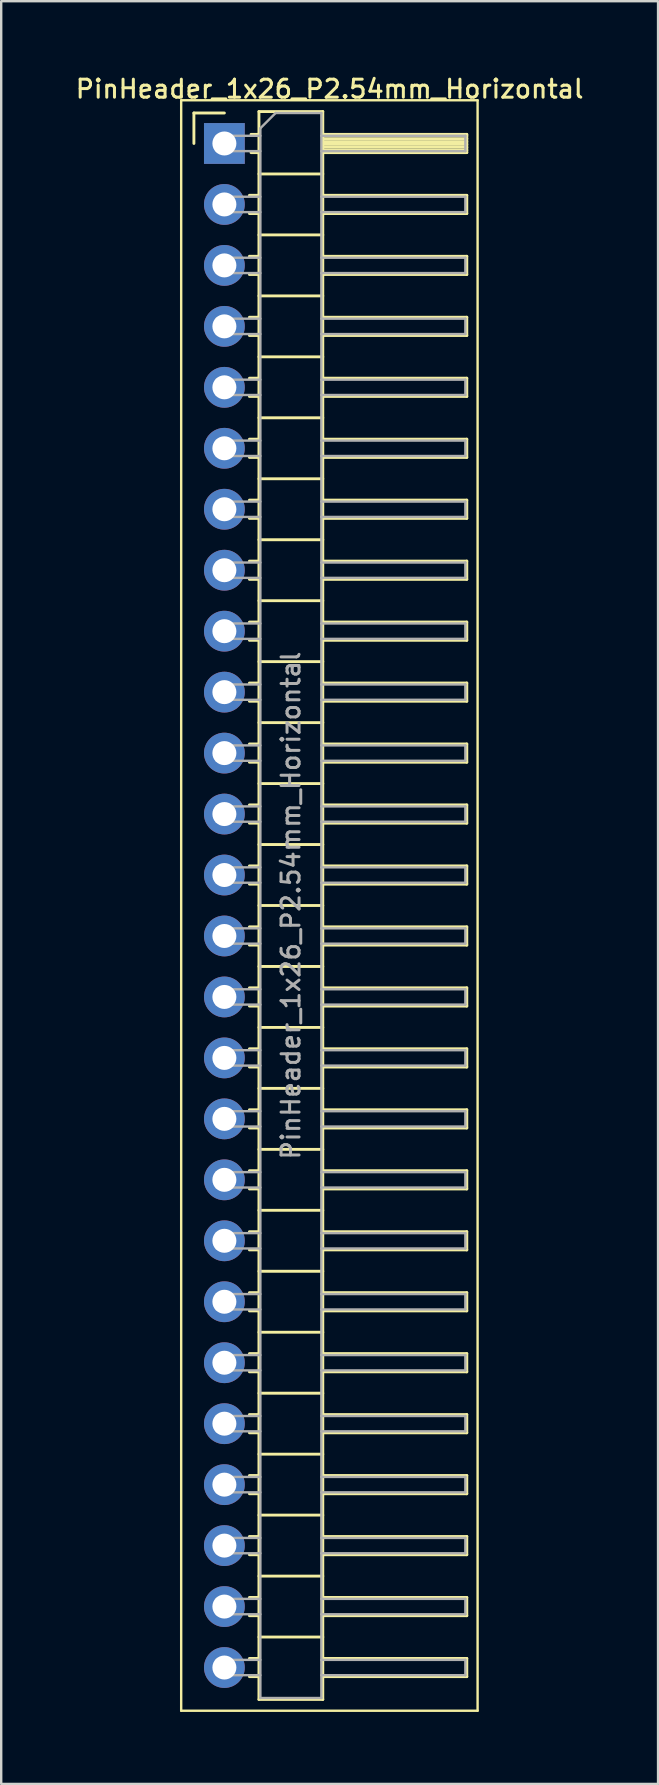
<source format=kicad_pcb>
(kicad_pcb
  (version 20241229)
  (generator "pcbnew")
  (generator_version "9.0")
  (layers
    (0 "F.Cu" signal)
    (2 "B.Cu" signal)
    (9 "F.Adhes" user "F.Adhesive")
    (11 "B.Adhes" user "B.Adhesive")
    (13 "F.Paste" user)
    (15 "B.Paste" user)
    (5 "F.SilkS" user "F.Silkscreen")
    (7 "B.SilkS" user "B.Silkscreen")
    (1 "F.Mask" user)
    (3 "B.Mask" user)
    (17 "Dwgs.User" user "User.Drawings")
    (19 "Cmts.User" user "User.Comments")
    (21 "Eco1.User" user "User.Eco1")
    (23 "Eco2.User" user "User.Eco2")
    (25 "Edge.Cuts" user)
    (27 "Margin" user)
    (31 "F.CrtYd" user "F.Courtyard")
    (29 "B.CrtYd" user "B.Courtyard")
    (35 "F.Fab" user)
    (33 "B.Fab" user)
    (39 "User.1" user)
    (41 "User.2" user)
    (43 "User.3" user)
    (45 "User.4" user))
  (footprint "PinHeader_1x26_P2.54mm_Horizontal"
    (layer "F.Cu")
    (at 6.299 2.928)
    (property "Reference" "PinHeader_1x26_P2.54mm_Horizontal" (at 4.385 -2.27 0) (layer "F.SilkS") (effects (font (size 0.75 0.75) (thickness 0.125))))
    (attr through_hole)
    (fp_line (start -1.8 -1.8) (end -1.8 65.3) (stroke (width 0.1) (type solid)) (layer "F.SilkS"))
    (fp_line (start -1.8 65.3) (end 10.55 65.3) (stroke (width 0.1) (type solid)) (layer "F.SilkS"))
    (fp_line (start -1.27 -1.27) (end 0 -1.27) (stroke (width 0.12) (type solid)) (layer "F.SilkS"))
    (fp_line (start -1.27 0) (end -1.27 -1.27) (stroke (width 0.12) (type solid)) (layer "F.SilkS"))
    (fp_line (start 1.043 2.16) (end 1.44 2.16) (stroke (width 0.12) (type solid)) (layer "F.SilkS"))
    (fp_line (start 1.043 2.92) (end 1.44 2.92) (stroke (width 0.12) (type solid)) (layer "F.SilkS"))
    (fp_line (start 1.043 4.7) (end 1.44 4.7) (stroke (width 0.12) (type solid)) (layer "F.SilkS"))
    (fp_line (start 1.043 5.46) (end 1.44 5.46) (stroke (width 0.12) (type solid)) (layer "F.SilkS"))
    (fp_line (start 1.043 7.24) (end 1.44 7.24) (stroke (width 0.12) (type solid)) (layer "F.SilkS"))
    (fp_line (start 1.043 8) (end 1.44 8) (stroke (width 0.12) (type solid)) (layer "F.SilkS"))
    (fp_line (start 1.043 9.78) (end 1.44 9.78) (stroke (width 0.12) (type solid)) (layer "F.SilkS"))
    (fp_line (start 1.043 10.54) (end 1.44 10.54) (stroke (width 0.12) (type solid)) (layer "F.SilkS"))
    (fp_line (start 1.043 12.32) (end 1.44 12.32) (stroke (width 0.12) (type solid)) (layer "F.SilkS"))
    (fp_line (start 1.043 13.08) (end 1.44 13.08) (stroke (width 0.12) (type solid)) (layer "F.SilkS"))
    (fp_line (start 1.043 14.86) (end 1.44 14.86) (stroke (width 0.12) (type solid)) (layer "F.SilkS"))
    (fp_line (start 1.043 15.62) (end 1.44 15.62) (stroke (width 0.12) (type solid)) (layer "F.SilkS"))
    (fp_line (start 1.043 17.4) (end 1.44 17.4) (stroke (width 0.12) (type solid)) (layer "F.SilkS"))
    (fp_line (start 1.043 18.16) (end 1.44 18.16) (stroke (width 0.12) (type solid)) (layer "F.SilkS"))
    (fp_line (start 1.043 19.94) (end 1.44 19.94) (stroke (width 0.12) (type solid)) (layer "F.SilkS"))
    (fp_line (start 1.043 20.7) (end 1.44 20.7) (stroke (width 0.12) (type solid)) (layer "F.SilkS"))
    (fp_line (start 1.043 22.48) (end 1.44 22.48) (stroke (width 0.12) (type solid)) (layer "F.SilkS"))
    (fp_line (start 1.043 23.24) (end 1.44 23.24) (stroke (width 0.12) (type solid)) (layer "F.SilkS"))
    (fp_line (start 1.043 25.02) (end 1.44 25.02) (stroke (width 0.12) (type solid)) (layer "F.SilkS"))
    (fp_line (start 1.043 25.78) (end 1.44 25.78) (stroke (width 0.12) (type solid)) (layer "F.SilkS"))
    (fp_line (start 1.043 27.56) (end 1.44 27.56) (stroke (width 0.12) (type solid)) (layer "F.SilkS"))
    (fp_line (start 1.043 28.32) (end 1.44 28.32) (stroke (width 0.12) (type solid)) (layer "F.SilkS"))
    (fp_line (start 1.043 30.1) (end 1.44 30.1) (stroke (width 0.12) (type solid)) (layer "F.SilkS"))
    (fp_line (start 1.043 30.86) (end 1.44 30.86) (stroke (width 0.12) (type solid)) (layer "F.SilkS"))
    (fp_line (start 1.043 32.64) (end 1.44 32.64) (stroke (width 0.12) (type solid)) (layer "F.SilkS"))
    (fp_line (start 1.043 33.4) (end 1.44 33.4) (stroke (width 0.12) (type solid)) (layer "F.SilkS"))
    (fp_line (start 1.043 35.18) (end 1.44 35.18) (stroke (width 0.12) (type solid)) (layer "F.SilkS"))
    (fp_line (start 1.043 35.94) (end 1.44 35.94) (stroke (width 0.12) (type solid)) (layer "F.SilkS"))
    (fp_line (start 1.043 37.72) (end 1.44 37.72) (stroke (width 0.12) (type solid)) (layer "F.SilkS"))
    (fp_line (start 1.043 38.48) (end 1.44 38.48) (stroke (width 0.12) (type solid)) (layer "F.SilkS"))
    (fp_line (start 1.043 40.26) (end 1.44 40.26) (stroke (width 0.12) (type solid)) (layer "F.SilkS"))
    (fp_line (start 1.043 41.02) (end 1.44 41.02) (stroke (width 0.12) (type solid)) (layer "F.SilkS"))
    (fp_line (start 1.043 42.8) (end 1.44 42.8) (stroke (width 0.12) (type solid)) (layer "F.SilkS"))
    (fp_line (start 1.043 43.56) (end 1.44 43.56) (stroke (width 0.12) (type solid)) (layer "F.SilkS"))
    (fp_line (start 1.043 45.34) (end 1.44 45.34) (stroke (width 0.12) (type solid)) (layer "F.SilkS"))
    (fp_line (start 1.043 46.1) (end 1.44 46.1) (stroke (width 0.12) (type solid)) (layer "F.SilkS"))
    (fp_line (start 1.043 47.88) (end 1.44 47.88) (stroke (width 0.12) (type solid)) (layer "F.SilkS"))
    (fp_line (start 1.043 48.64) (end 1.44 48.64) (stroke (width 0.12) (type solid)) (layer "F.SilkS"))
    (fp_line (start 1.043 50.42) (end 1.44 50.42) (stroke (width 0.12) (type solid)) (layer "F.SilkS"))
    (fp_line (start 1.043 51.18) (end 1.44 51.18) (stroke (width 0.12) (type solid)) (layer "F.SilkS"))
    (fp_line (start 1.043 52.96) (end 1.44 52.96) (stroke (width 0.12) (type solid)) (layer "F.SilkS"))
    (fp_line (start 1.043 53.72) (end 1.44 53.72) (stroke (width 0.12) (type solid)) (layer "F.SilkS"))
    (fp_line (start 1.043 55.5) (end 1.44 55.5) (stroke (width 0.12) (type solid)) (layer "F.SilkS"))
    (fp_line (start 1.043 56.26) (end 1.44 56.26) (stroke (width 0.12) (type solid)) (layer "F.SilkS"))
    (fp_line (start 1.043 58.04) (end 1.44 58.04) (stroke (width 0.12) (type solid)) (layer "F.SilkS"))
    (fp_line (start 1.043 58.8) (end 1.44 58.8) (stroke (width 0.12) (type solid)) (layer "F.SilkS"))
    (fp_line (start 1.043 60.58) (end 1.44 60.58) (stroke (width 0.12) (type solid)) (layer "F.SilkS"))
    (fp_line (start 1.043 61.34) (end 1.44 61.34) (stroke (width 0.12) (type solid)) (layer "F.SilkS"))
    (fp_line (start 1.043 63.12) (end 1.44 63.12) (stroke (width 0.12) (type solid)) (layer "F.SilkS"))
    (fp_line (start 1.043 63.88) (end 1.44 63.88) (stroke (width 0.12) (type solid)) (layer "F.SilkS"))
    (fp_line (start 1.11 -0.38) (end 1.44 -0.38) (stroke (width 0.12) (type solid)) (layer "F.SilkS"))
    (fp_line (start 1.11 0.38) (end 1.44 0.38) (stroke (width 0.12) (type solid)) (layer "F.SilkS"))
    (fp_line (start 1.44 -1.33) (end 1.44 64.83) (stroke (width 0.12) (type solid)) (layer "F.SilkS"))
    (fp_line (start 1.44 1.27) (end 4.1 1.27) (stroke (width 0.12) (type solid)) (layer "F.SilkS"))
    (fp_line (start 1.44 3.81) (end 4.1 3.81) (stroke (width 0.12) (type solid)) (layer "F.SilkS"))
    (fp_line (start 1.44 6.35) (end 4.1 6.35) (stroke (width 0.12) (type solid)) (layer "F.SilkS"))
    (fp_line (start 1.44 8.89) (end 4.1 8.89) (stroke (width 0.12) (type solid)) (layer "F.SilkS"))
    (fp_line (start 1.44 11.43) (end 4.1 11.43) (stroke (width 0.12) (type solid)) (layer "F.SilkS"))
    (fp_line (start 1.44 13.97) (end 4.1 13.97) (stroke (width 0.12) (type solid)) (layer "F.SilkS"))
    (fp_line (start 1.44 16.51) (end 4.1 16.51) (stroke (width 0.12) (type solid)) (layer "F.SilkS"))
    (fp_line (start 1.44 19.05) (end 4.1 19.05) (stroke (width 0.12) (type solid)) (layer "F.SilkS"))
    (fp_line (start 1.44 21.59) (end 4.1 21.59) (stroke (width 0.12) (type solid)) (layer "F.SilkS"))
    (fp_line (start 1.44 24.13) (end 4.1 24.13) (stroke (width 0.12) (type solid)) (layer "F.SilkS"))
    (fp_line (start 1.44 26.67) (end 4.1 26.67) (stroke (width 0.12) (type solid)) (layer "F.SilkS"))
    (fp_line (start 1.44 29.21) (end 4.1 29.21) (stroke (width 0.12) (type solid)) (layer "F.SilkS"))
    (fp_line (start 1.44 31.75) (end 4.1 31.75) (stroke (width 0.12) (type solid)) (layer "F.SilkS"))
    (fp_line (start 1.44 34.29) (end 4.1 34.29) (stroke (width 0.12) (type solid)) (layer "F.SilkS"))
    (fp_line (start 1.44 36.83) (end 4.1 36.83) (stroke (width 0.12) (type solid)) (layer "F.SilkS"))
    (fp_line (start 1.44 39.37) (end 4.1 39.37) (stroke (width 0.12) (type solid)) (layer "F.SilkS"))
    (fp_line (start 1.44 41.91) (end 4.1 41.91) (stroke (width 0.12) (type solid)) (layer "F.SilkS"))
    (fp_line (start 1.44 44.45) (end 4.1 44.45) (stroke (width 0.12) (type solid)) (layer "F.SilkS"))
    (fp_line (start 1.44 46.99) (end 4.1 46.99) (stroke (width 0.12) (type solid)) (layer "F.SilkS"))
    (fp_line (start 1.44 49.53) (end 4.1 49.53) (stroke (width 0.12) (type solid)) (layer "F.SilkS"))
    (fp_line (start 1.44 52.07) (end 4.1 52.07) (stroke (width 0.12) (type solid)) (layer "F.SilkS"))
    (fp_line (start 1.44 54.61) (end 4.1 54.61) (stroke (width 0.12) (type solid)) (layer "F.SilkS"))
    (fp_line (start 1.44 57.15) (end 4.1 57.15) (stroke (width 0.12) (type solid)) (layer "F.SilkS"))
    (fp_line (start 1.44 59.69) (end 4.1 59.69) (stroke (width 0.12) (type solid)) (layer "F.SilkS"))
    (fp_line (start 1.44 62.23) (end 4.1 62.23) (stroke (width 0.12) (type solid)) (layer "F.SilkS"))
    (fp_line (start 1.44 64.83) (end 4.1 64.83) (stroke (width 0.12) (type solid)) (layer "F.SilkS"))
    (fp_line (start 4.1 -1.33) (end 1.44 -1.33) (stroke (width 0.12) (type solid)) (layer "F.SilkS"))
    (fp_line (start 4.1 -0.38) (end 10.1 -0.38) (stroke (width 0.12) (type solid)) (layer "F.SilkS"))
    (fp_line (start 4.1 -0.32) (end 10.1 -0.32) (stroke (width 0.12) (type solid)) (layer "F.SilkS"))
    (fp_line (start 4.1 -0.2) (end 10.1 -0.2) (stroke (width 0.12) (type solid)) (layer "F.SilkS"))
    (fp_line (start 4.1 -0.08) (end 10.1 -0.08) (stroke (width 0.12) (type solid)) (layer "F.SilkS"))
    (fp_line (start 4.1 0.04) (end 10.1 0.04) (stroke (width 0.12) (type solid)) (layer "F.SilkS"))
    (fp_line (start 4.1 0.16) (end 10.1 0.16) (stroke (width 0.12) (type solid)) (layer "F.SilkS"))
    (fp_line (start 4.1 0.28) (end 10.1 0.28) (stroke (width 0.12) (type solid)) (layer "F.SilkS"))
    (fp_line (start 4.1 2.16) (end 10.1 2.16) (stroke (width 0.12) (type solid)) (layer "F.SilkS"))
    (fp_line (start 4.1 4.7) (end 10.1 4.7) (stroke (width 0.12) (type solid)) (layer "F.SilkS"))
    (fp_line (start 4.1 7.24) (end 10.1 7.24) (stroke (width 0.12) (type solid)) (layer "F.SilkS"))
    (fp_line (start 4.1 9.78) (end 10.1 9.78) (stroke (width 0.12) (type solid)) (layer "F.SilkS"))
    (fp_line (start 4.1 12.32) (end 10.1 12.32) (stroke (width 0.12) (type solid)) (layer "F.SilkS"))
    (fp_line (start 4.1 14.86) (end 10.1 14.86) (stroke (width 0.12) (type solid)) (layer "F.SilkS"))
    (fp_line (start 4.1 17.4) (end 10.1 17.4) (stroke (width 0.12) (type solid)) (layer "F.SilkS"))
    (fp_line (start 4.1 19.94) (end 10.1 19.94) (stroke (width 0.12) (type solid)) (layer "F.SilkS"))
    (fp_line (start 4.1 22.48) (end 10.1 22.48) (stroke (width 0.12) (type solid)) (layer "F.SilkS"))
    (fp_line (start 4.1 25.02) (end 10.1 25.02) (stroke (width 0.12) (type solid)) (layer "F.SilkS"))
    (fp_line (start 4.1 27.56) (end 10.1 27.56) (stroke (width 0.12) (type solid)) (layer "F.SilkS"))
    (fp_line (start 4.1 30.1) (end 10.1 30.1) (stroke (width 0.12) (type solid)) (layer "F.SilkS"))
    (fp_line (start 4.1 32.64) (end 10.1 32.64) (stroke (width 0.12) (type solid)) (layer "F.SilkS"))
    (fp_line (start 4.1 35.18) (end 10.1 35.18) (stroke (width 0.12) (type solid)) (layer "F.SilkS"))
    (fp_line (start 4.1 37.72) (end 10.1 37.72) (stroke (width 0.12) (type solid)) (layer "F.SilkS"))
    (fp_line (start 4.1 40.26) (end 10.1 40.26) (stroke (width 0.12) (type solid)) (layer "F.SilkS"))
    (fp_line (start 4.1 42.8) (end 10.1 42.8) (stroke (width 0.12) (type solid)) (layer "F.SilkS"))
    (fp_line (start 4.1 45.34) (end 10.1 45.34) (stroke (width 0.12) (type solid)) (layer "F.SilkS"))
    (fp_line (start 4.1 47.88) (end 10.1 47.88) (stroke (width 0.12) (type solid)) (layer "F.SilkS"))
    (fp_line (start 4.1 50.42) (end 10.1 50.42) (stroke (width 0.12) (type solid)) (layer "F.SilkS"))
    (fp_line (start 4.1 52.96) (end 10.1 52.96) (stroke (width 0.12) (type solid)) (layer "F.SilkS"))
    (fp_line (start 4.1 55.5) (end 10.1 55.5) (stroke (width 0.12) (type solid)) (layer "F.SilkS"))
    (fp_line (start 4.1 58.04) (end 10.1 58.04) (stroke (width 0.12) (type solid)) (layer "F.SilkS"))
    (fp_line (start 4.1 60.58) (end 10.1 60.58) (stroke (width 0.12) (type solid)) (layer "F.SilkS"))
    (fp_line (start 4.1 63.12) (end 10.1 63.12) (stroke (width 0.12) (type solid)) (layer "F.SilkS"))
    (fp_line (start 4.1 64.83) (end 4.1 -1.33) (stroke (width 0.12) (type solid)) (layer "F.SilkS"))
    (fp_line (start 10.1 -0.38) (end 10.1 0.38) (stroke (width 0.12) (type solid)) (layer "F.SilkS"))
    (fp_line (start 10.1 0.38) (end 4.1 0.38) (stroke (width 0.12) (type solid)) (layer "F.SilkS"))
    (fp_line (start 10.1 2.16) (end 10.1 2.92) (stroke (width 0.12) (type solid)) (layer "F.SilkS"))
    (fp_line (start 10.1 2.92) (end 4.1 2.92) (stroke (width 0.12) (type solid)) (layer "F.SilkS"))
    (fp_line (start 10.1 4.7) (end 10.1 5.46) (stroke (width 0.12) (type solid)) (layer "F.SilkS"))
    (fp_line (start 10.1 5.46) (end 4.1 5.46) (stroke (width 0.12) (type solid)) (layer "F.SilkS"))
    (fp_line (start 10.1 7.24) (end 10.1 8) (stroke (width 0.12) (type solid)) (layer "F.SilkS"))
    (fp_line (start 10.1 8) (end 4.1 8) (stroke (width 0.12) (type solid)) (layer "F.SilkS"))
    (fp_line (start 10.1 9.78) (end 10.1 10.54) (stroke (width 0.12) (type solid)) (layer "F.SilkS"))
    (fp_line (start 10.1 10.54) (end 4.1 10.54) (stroke (width 0.12) (type solid)) (layer "F.SilkS"))
    (fp_line (start 10.1 12.32) (end 10.1 13.08) (stroke (width 0.12) (type solid)) (layer "F.SilkS"))
    (fp_line (start 10.1 13.08) (end 4.1 13.08) (stroke (width 0.12) (type solid)) (layer "F.SilkS"))
    (fp_line (start 10.1 14.86) (end 10.1 15.62) (stroke (width 0.12) (type solid)) (layer "F.SilkS"))
    (fp_line (start 10.1 15.62) (end 4.1 15.62) (stroke (width 0.12) (type solid)) (layer "F.SilkS"))
    (fp_line (start 10.1 17.4) (end 10.1 18.16) (stroke (width 0.12) (type solid)) (layer "F.SilkS"))
    (fp_line (start 10.1 18.16) (end 4.1 18.16) (stroke (width 0.12) (type solid)) (layer "F.SilkS"))
    (fp_line (start 10.1 19.94) (end 10.1 20.7) (stroke (width 0.12) (type solid)) (layer "F.SilkS"))
    (fp_line (start 10.1 20.7) (end 4.1 20.7) (stroke (width 0.12) (type solid)) (layer "F.SilkS"))
    (fp_line (start 10.1 22.48) (end 10.1 23.24) (stroke (width 0.12) (type solid)) (layer "F.SilkS"))
    (fp_line (start 10.1 23.24) (end 4.1 23.24) (stroke (width 0.12) (type solid)) (layer "F.SilkS"))
    (fp_line (start 10.1 25.02) (end 10.1 25.78) (stroke (width 0.12) (type solid)) (layer "F.SilkS"))
    (fp_line (start 10.1 25.78) (end 4.1 25.78) (stroke (width 0.12) (type solid)) (layer "F.SilkS"))
    (fp_line (start 10.1 27.56) (end 10.1 28.32) (stroke (width 0.12) (type solid)) (layer "F.SilkS"))
    (fp_line (start 10.1 28.32) (end 4.1 28.32) (stroke (width 0.12) (type solid)) (layer "F.SilkS"))
    (fp_line (start 10.1 30.1) (end 10.1 30.86) (stroke (width 0.12) (type solid)) (layer "F.SilkS"))
    (fp_line (start 10.1 30.86) (end 4.1 30.86) (stroke (width 0.12) (type solid)) (layer "F.SilkS"))
    (fp_line (start 10.1 32.64) (end 10.1 33.4) (stroke (width 0.12) (type solid)) (layer "F.SilkS"))
    (fp_line (start 10.1 33.4) (end 4.1 33.4) (stroke (width 0.12) (type solid)) (layer "F.SilkS"))
    (fp_line (start 10.1 35.18) (end 10.1 35.94) (stroke (width 0.12) (type solid)) (layer "F.SilkS"))
    (fp_line (start 10.1 35.94) (end 4.1 35.94) (stroke (width 0.12) (type solid)) (layer "F.SilkS"))
    (fp_line (start 10.1 37.72) (end 10.1 38.48) (stroke (width 0.12) (type solid)) (layer "F.SilkS"))
    (fp_line (start 10.1 38.48) (end 4.1 38.48) (stroke (width 0.12) (type solid)) (layer "F.SilkS"))
    (fp_line (start 10.1 40.26) (end 10.1 41.02) (stroke (width 0.12) (type solid)) (layer "F.SilkS"))
    (fp_line (start 10.1 41.02) (end 4.1 41.02) (stroke (width 0.12) (type solid)) (layer "F.SilkS"))
    (fp_line (start 10.1 42.8) (end 10.1 43.56) (stroke (width 0.12) (type solid)) (layer "F.SilkS"))
    (fp_line (start 10.1 43.56) (end 4.1 43.56) (stroke (width 0.12) (type solid)) (layer "F.SilkS"))
    (fp_line (start 10.1 45.34) (end 10.1 46.1) (stroke (width 0.12) (type solid)) (layer "F.SilkS"))
    (fp_line (start 10.1 46.1) (end 4.1 46.1) (stroke (width 0.12) (type solid)) (layer "F.SilkS"))
    (fp_line (start 10.1 47.88) (end 10.1 48.64) (stroke (width 0.12) (type solid)) (layer "F.SilkS"))
    (fp_line (start 10.1 48.64) (end 4.1 48.64) (stroke (width 0.12) (type solid)) (layer "F.SilkS"))
    (fp_line (start 10.1 50.42) (end 10.1 51.18) (stroke (width 0.12) (type solid)) (layer "F.SilkS"))
    (fp_line (start 10.1 51.18) (end 4.1 51.18) (stroke (width 0.12) (type solid)) (layer "F.SilkS"))
    (fp_line (start 10.1 52.96) (end 10.1 53.72) (stroke (width 0.12) (type solid)) (layer "F.SilkS"))
    (fp_line (start 10.1 53.72) (end 4.1 53.72) (stroke (width 0.12) (type solid)) (layer "F.SilkS"))
    (fp_line (start 10.1 55.5) (end 10.1 56.26) (stroke (width 0.12) (type solid)) (layer "F.SilkS"))
    (fp_line (start 10.1 56.26) (end 4.1 56.26) (stroke (width 0.12) (type solid)) (layer "F.SilkS"))
    (fp_line (start 10.1 58.04) (end 10.1 58.8) (stroke (width 0.12) (type solid)) (layer "F.SilkS"))
    (fp_line (start 10.1 58.8) (end 4.1 58.8) (stroke (width 0.12) (type solid)) (layer "F.SilkS"))
    (fp_line (start 10.1 60.58) (end 10.1 61.34) (stroke (width 0.12) (type solid)) (layer "F.SilkS"))
    (fp_line (start 10.1 61.34) (end 4.1 61.34) (stroke (width 0.12) (type solid)) (layer "F.SilkS"))
    (fp_line (start 10.1 63.12) (end 10.1 63.88) (stroke (width 0.12) (type solid)) (layer "F.SilkS"))
    (fp_line (start 10.1 63.88) (end 4.1 63.88) (stroke (width 0.12) (type solid)) (layer "F.SilkS"))
    (fp_line (start 10.55 -1.8) (end -1.8 -1.8) (stroke (width 0.1) (type solid)) (layer "F.SilkS"))
    (fp_line (start 10.55 65.3) (end 10.55 -1.8) (stroke (width 0.1) (type solid)) (layer "F.SilkS"))
    (fp_line (start -0.32 -0.32) (end -0.32 0.32) (stroke (width 0.1) (type solid)) (layer "F.Fab"))
    (fp_line (start -0.32 -0.32) (end 1.5 -0.32) (stroke (width 0.1) (type solid)) (layer "F.Fab"))
    (fp_line (start -0.32 0.32) (end 1.5 0.32) (stroke (width 0.1) (type solid)) (layer "F.Fab"))
    (fp_line (start -0.32 2.22) (end -0.32 2.86) (stroke (width 0.1) (type solid)) (layer "F.Fab"))
    (fp_line (start -0.32 2.22) (end 1.5 2.22) (stroke (width 0.1) (type solid)) (layer "F.Fab"))
    (fp_line (start -0.32 2.86) (end 1.5 2.86) (stroke (width 0.1) (type solid)) (layer "F.Fab"))
    (fp_line (start -0.32 4.76) (end -0.32 5.4) (stroke (width 0.1) (type solid)) (layer "F.Fab"))
    (fp_line (start -0.32 4.76) (end 1.5 4.76) (stroke (width 0.1) (type solid)) (layer "F.Fab"))
    (fp_line (start -0.32 5.4) (end 1.5 5.4) (stroke (width 0.1) (type solid)) (layer "F.Fab"))
    (fp_line (start -0.32 7.3) (end -0.32 7.94) (stroke (width 0.1) (type solid)) (layer "F.Fab"))
    (fp_line (start -0.32 7.3) (end 1.5 7.3) (stroke (width 0.1) (type solid)) (layer "F.Fab"))
    (fp_line (start -0.32 7.94) (end 1.5 7.94) (stroke (width 0.1) (type solid)) (layer "F.Fab"))
    (fp_line (start -0.32 9.84) (end -0.32 10.48) (stroke (width 0.1) (type solid)) (layer "F.Fab"))
    (fp_line (start -0.32 9.84) (end 1.5 9.84) (stroke (width 0.1) (type solid)) (layer "F.Fab"))
    (fp_line (start -0.32 10.48) (end 1.5 10.48) (stroke (width 0.1) (type solid)) (layer "F.Fab"))
    (fp_line (start -0.32 12.38) (end -0.32 13.02) (stroke (width 0.1) (type solid)) (layer "F.Fab"))
    (fp_line (start -0.32 12.38) (end 1.5 12.38) (stroke (width 0.1) (type solid)) (layer "F.Fab"))
    (fp_line (start -0.32 13.02) (end 1.5 13.02) (stroke (width 0.1) (type solid)) (layer "F.Fab"))
    (fp_line (start -0.32 14.92) (end -0.32 15.56) (stroke (width 0.1) (type solid)) (layer "F.Fab"))
    (fp_line (start -0.32 14.92) (end 1.5 14.92) (stroke (width 0.1) (type solid)) (layer "F.Fab"))
    (fp_line (start -0.32 15.56) (end 1.5 15.56) (stroke (width 0.1) (type solid)) (layer "F.Fab"))
    (fp_line (start -0.32 17.46) (end -0.32 18.1) (stroke (width 0.1) (type solid)) (layer "F.Fab"))
    (fp_line (start -0.32 17.46) (end 1.5 17.46) (stroke (width 0.1) (type solid)) (layer "F.Fab"))
    (fp_line (start -0.32 18.1) (end 1.5 18.1) (stroke (width 0.1) (type solid)) (layer "F.Fab"))
    (fp_line (start -0.32 20) (end -0.32 20.64) (stroke (width 0.1) (type solid)) (layer "F.Fab"))
    (fp_line (start -0.32 20) (end 1.5 20) (stroke (width 0.1) (type solid)) (layer "F.Fab"))
    (fp_line (start -0.32 20.64) (end 1.5 20.64) (stroke (width 0.1) (type solid)) (layer "F.Fab"))
    (fp_line (start -0.32 22.54) (end -0.32 23.18) (stroke (width 0.1) (type solid)) (layer "F.Fab"))
    (fp_line (start -0.32 22.54) (end 1.5 22.54) (stroke (width 0.1) (type solid)) (layer "F.Fab"))
    (fp_line (start -0.32 23.18) (end 1.5 23.18) (stroke (width 0.1) (type solid)) (layer "F.Fab"))
    (fp_line (start -0.32 25.08) (end -0.32 25.72) (stroke (width 0.1) (type solid)) (layer "F.Fab"))
    (fp_line (start -0.32 25.08) (end 1.5 25.08) (stroke (width 0.1) (type solid)) (layer "F.Fab"))
    (fp_line (start -0.32 25.72) (end 1.5 25.72) (stroke (width 0.1) (type solid)) (layer "F.Fab"))
    (fp_line (start -0.32 27.62) (end -0.32 28.26) (stroke (width 0.1) (type solid)) (layer "F.Fab"))
    (fp_line (start -0.32 27.62) (end 1.5 27.62) (stroke (width 0.1) (type solid)) (layer "F.Fab"))
    (fp_line (start -0.32 28.26) (end 1.5 28.26) (stroke (width 0.1) (type solid)) (layer "F.Fab"))
    (fp_line (start -0.32 30.16) (end -0.32 30.8) (stroke (width 0.1) (type solid)) (layer "F.Fab"))
    (fp_line (start -0.32 30.16) (end 1.5 30.16) (stroke (width 0.1) (type solid)) (layer "F.Fab"))
    (fp_line (start -0.32 30.8) (end 1.5 30.8) (stroke (width 0.1) (type solid)) (layer "F.Fab"))
    (fp_line (start -0.32 32.7) (end -0.32 33.34) (stroke (width 0.1) (type solid)) (layer "F.Fab"))
    (fp_line (start -0.32 32.7) (end 1.5 32.7) (stroke (width 0.1) (type solid)) (layer "F.Fab"))
    (fp_line (start -0.32 33.34) (end 1.5 33.34) (stroke (width 0.1) (type solid)) (layer "F.Fab"))
    (fp_line (start -0.32 35.24) (end -0.32 35.88) (stroke (width 0.1) (type solid)) (layer "F.Fab"))
    (fp_line (start -0.32 35.24) (end 1.5 35.24) (stroke (width 0.1) (type solid)) (layer "F.Fab"))
    (fp_line (start -0.32 35.88) (end 1.5 35.88) (stroke (width 0.1) (type solid)) (layer "F.Fab"))
    (fp_line (start -0.32 37.78) (end -0.32 38.42) (stroke (width 0.1) (type solid)) (layer "F.Fab"))
    (fp_line (start -0.32 37.78) (end 1.5 37.78) (stroke (width 0.1) (type solid)) (layer "F.Fab"))
    (fp_line (start -0.32 38.42) (end 1.5 38.42) (stroke (width 0.1) (type solid)) (layer "F.Fab"))
    (fp_line (start -0.32 40.32) (end -0.32 40.96) (stroke (width 0.1) (type solid)) (layer "F.Fab"))
    (fp_line (start -0.32 40.32) (end 1.5 40.32) (stroke (width 0.1) (type solid)) (layer "F.Fab"))
    (fp_line (start -0.32 40.96) (end 1.5 40.96) (stroke (width 0.1) (type solid)) (layer "F.Fab"))
    (fp_line (start -0.32 42.86) (end -0.32 43.5) (stroke (width 0.1) (type solid)) (layer "F.Fab"))
    (fp_line (start -0.32 42.86) (end 1.5 42.86) (stroke (width 0.1) (type solid)) (layer "F.Fab"))
    (fp_line (start -0.32 43.5) (end 1.5 43.5) (stroke (width 0.1) (type solid)) (layer "F.Fab"))
    (fp_line (start -0.32 45.4) (end -0.32 46.04) (stroke (width 0.1) (type solid)) (layer "F.Fab"))
    (fp_line (start -0.32 45.4) (end 1.5 45.4) (stroke (width 0.1) (type solid)) (layer "F.Fab"))
    (fp_line (start -0.32 46.04) (end 1.5 46.04) (stroke (width 0.1) (type solid)) (layer "F.Fab"))
    (fp_line (start -0.32 47.94) (end -0.32 48.58) (stroke (width 0.1) (type solid)) (layer "F.Fab"))
    (fp_line (start -0.32 47.94) (end 1.5 47.94) (stroke (width 0.1) (type solid)) (layer "F.Fab"))
    (fp_line (start -0.32 48.58) (end 1.5 48.58) (stroke (width 0.1) (type solid)) (layer "F.Fab"))
    (fp_line (start -0.32 50.48) (end -0.32 51.12) (stroke (width 0.1) (type solid)) (layer "F.Fab"))
    (fp_line (start -0.32 50.48) (end 1.5 50.48) (stroke (width 0.1) (type solid)) (layer "F.Fab"))
    (fp_line (start -0.32 51.12) (end 1.5 51.12) (stroke (width 0.1) (type solid)) (layer "F.Fab"))
    (fp_line (start -0.32 53.02) (end -0.32 53.66) (stroke (width 0.1) (type solid)) (layer "F.Fab"))
    (fp_line (start -0.32 53.02) (end 1.5 53.02) (stroke (width 0.1) (type solid)) (layer "F.Fab"))
    (fp_line (start -0.32 53.66) (end 1.5 53.66) (stroke (width 0.1) (type solid)) (layer "F.Fab"))
    (fp_line (start -0.32 55.56) (end -0.32 56.2) (stroke (width 0.1) (type solid)) (layer "F.Fab"))
    (fp_line (start -0.32 55.56) (end 1.5 55.56) (stroke (width 0.1) (type solid)) (layer "F.Fab"))
    (fp_line (start -0.32 56.2) (end 1.5 56.2) (stroke (width 0.1) (type solid)) (layer "F.Fab"))
    (fp_line (start -0.32 58.1) (end -0.32 58.74) (stroke (width 0.1) (type solid)) (layer "F.Fab"))
    (fp_line (start -0.32 58.1) (end 1.5 58.1) (stroke (width 0.1) (type solid)) (layer "F.Fab"))
    (fp_line (start -0.32 58.74) (end 1.5 58.74) (stroke (width 0.1) (type solid)) (layer "F.Fab"))
    (fp_line (start -0.32 60.64) (end -0.32 61.28) (stroke (width 0.1) (type solid)) (layer "F.Fab"))
    (fp_line (start -0.32 60.64) (end 1.5 60.64) (stroke (width 0.1) (type solid)) (layer "F.Fab"))
    (fp_line (start -0.32 61.28) (end 1.5 61.28) (stroke (width 0.1) (type solid)) (layer "F.Fab"))
    (fp_line (start -0.32 63.18) (end -0.32 63.82) (stroke (width 0.1) (type solid)) (layer "F.Fab"))
    (fp_line (start -0.32 63.18) (end 1.5 63.18) (stroke (width 0.1) (type solid)) (layer "F.Fab"))
    (fp_line (start -0.32 63.82) (end 1.5 63.82) (stroke (width 0.1) (type solid)) (layer "F.Fab"))
    (fp_line (start 1.5 -0.635) (end 2.135 -1.27) (stroke (width 0.1) (type solid)) (layer "F.Fab"))
    (fp_line (start 1.5 64.77) (end 1.5 -0.635) (stroke (width 0.1) (type solid)) (layer "F.Fab"))
    (fp_line (start 2.135 -1.27) (end 4.04 -1.27) (stroke (width 0.1) (type solid)) (layer "F.Fab"))
    (fp_line (start 4.04 -1.27) (end 4.04 64.77) (stroke (width 0.1) (type solid)) (layer "F.Fab"))
    (fp_line (start 4.04 -0.32) (end 10.04 -0.32) (stroke (width 0.1) (type solid)) (layer "F.Fab"))
    (fp_line (start 4.04 0.32) (end 10.04 0.32) (stroke (width 0.1) (type solid)) (layer "F.Fab"))
    (fp_line (start 4.04 2.22) (end 10.04 2.22) (stroke (width 0.1) (type solid)) (layer "F.Fab"))
    (fp_line (start 4.04 2.86) (end 10.04 2.86) (stroke (width 0.1) (type solid)) (layer "F.Fab"))
    (fp_line (start 4.04 4.76) (end 10.04 4.76) (stroke (width 0.1) (type solid)) (layer "F.Fab"))
    (fp_line (start 4.04 5.4) (end 10.04 5.4) (stroke (width 0.1) (type solid)) (layer "F.Fab"))
    (fp_line (start 4.04 7.3) (end 10.04 7.3) (stroke (width 0.1) (type solid)) (layer "F.Fab"))
    (fp_line (start 4.04 7.94) (end 10.04 7.94) (stroke (width 0.1) (type solid)) (layer "F.Fab"))
    (fp_line (start 4.04 9.84) (end 10.04 9.84) (stroke (width 0.1) (type solid)) (layer "F.Fab"))
    (fp_line (start 4.04 10.48) (end 10.04 10.48) (stroke (width 0.1) (type solid)) (layer "F.Fab"))
    (fp_line (start 4.04 12.38) (end 10.04 12.38) (stroke (width 0.1) (type solid)) (layer "F.Fab"))
    (fp_line (start 4.04 13.02) (end 10.04 13.02) (stroke (width 0.1) (type solid)) (layer "F.Fab"))
    (fp_line (start 4.04 14.92) (end 10.04 14.92) (stroke (width 0.1) (type solid)) (layer "F.Fab"))
    (fp_line (start 4.04 15.56) (end 10.04 15.56) (stroke (width 0.1) (type solid)) (layer "F.Fab"))
    (fp_line (start 4.04 17.46) (end 10.04 17.46) (stroke (width 0.1) (type solid)) (layer "F.Fab"))
    (fp_line (start 4.04 18.1) (end 10.04 18.1) (stroke (width 0.1) (type solid)) (layer "F.Fab"))
    (fp_line (start 4.04 20) (end 10.04 20) (stroke (width 0.1) (type solid)) (layer "F.Fab"))
    (fp_line (start 4.04 20.64) (end 10.04 20.64) (stroke (width 0.1) (type solid)) (layer "F.Fab"))
    (fp_line (start 4.04 22.54) (end 10.04 22.54) (stroke (width 0.1) (type solid)) (layer "F.Fab"))
    (fp_line (start 4.04 23.18) (end 10.04 23.18) (stroke (width 0.1) (type solid)) (layer "F.Fab"))
    (fp_line (start 4.04 25.08) (end 10.04 25.08) (stroke (width 0.1) (type solid)) (layer "F.Fab"))
    (fp_line (start 4.04 25.72) (end 10.04 25.72) (stroke (width 0.1) (type solid)) (layer "F.Fab"))
    (fp_line (start 4.04 27.62) (end 10.04 27.62) (stroke (width 0.1) (type solid)) (layer "F.Fab"))
    (fp_line (start 4.04 28.26) (end 10.04 28.26) (stroke (width 0.1) (type solid)) (layer "F.Fab"))
    (fp_line (start 4.04 30.16) (end 10.04 30.16) (stroke (width 0.1) (type solid)) (layer "F.Fab"))
    (fp_line (start 4.04 30.8) (end 10.04 30.8) (stroke (width 0.1) (type solid)) (layer "F.Fab"))
    (fp_line (start 4.04 32.7) (end 10.04 32.7) (stroke (width 0.1) (type solid)) (layer "F.Fab"))
    (fp_line (start 4.04 33.34) (end 10.04 33.34) (stroke (width 0.1) (type solid)) (layer "F.Fab"))
    (fp_line (start 4.04 35.24) (end 10.04 35.24) (stroke (width 0.1) (type solid)) (layer "F.Fab"))
    (fp_line (start 4.04 35.88) (end 10.04 35.88) (stroke (width 0.1) (type solid)) (layer "F.Fab"))
    (fp_line (start 4.04 37.78) (end 10.04 37.78) (stroke (width 0.1) (type solid)) (layer "F.Fab"))
    (fp_line (start 4.04 38.42) (end 10.04 38.42) (stroke (width 0.1) (type solid)) (layer "F.Fab"))
    (fp_line (start 4.04 40.32) (end 10.04 40.32) (stroke (width 0.1) (type solid)) (layer "F.Fab"))
    (fp_line (start 4.04 40.96) (end 10.04 40.96) (stroke (width 0.1) (type solid)) (layer "F.Fab"))
    (fp_line (start 4.04 42.86) (end 10.04 42.86) (stroke (width 0.1) (type solid)) (layer "F.Fab"))
    (fp_line (start 4.04 43.5) (end 10.04 43.5) (stroke (width 0.1) (type solid)) (layer "F.Fab"))
    (fp_line (start 4.04 45.4) (end 10.04 45.4) (stroke (width 0.1) (type solid)) (layer "F.Fab"))
    (fp_line (start 4.04 46.04) (end 10.04 46.04) (stroke (width 0.1) (type solid)) (layer "F.Fab"))
    (fp_line (start 4.04 47.94) (end 10.04 47.94) (stroke (width 0.1) (type solid)) (layer "F.Fab"))
    (fp_line (start 4.04 48.58) (end 10.04 48.58) (stroke (width 0.1) (type solid)) (layer "F.Fab"))
    (fp_line (start 4.04 50.48) (end 10.04 50.48) (stroke (width 0.1) (type solid)) (layer "F.Fab"))
    (fp_line (start 4.04 51.12) (end 10.04 51.12) (stroke (width 0.1) (type solid)) (layer "F.Fab"))
    (fp_line (start 4.04 53.02) (end 10.04 53.02) (stroke (width 0.1) (type solid)) (layer "F.Fab"))
    (fp_line (start 4.04 53.66) (end 10.04 53.66) (stroke (width 0.1) (type solid)) (layer "F.Fab"))
    (fp_line (start 4.04 55.56) (end 10.04 55.56) (stroke (width 0.1) (type solid)) (layer "F.Fab"))
    (fp_line (start 4.04 56.2) (end 10.04 56.2) (stroke (width 0.1) (type solid)) (layer "F.Fab"))
    (fp_line (start 4.04 58.1) (end 10.04 58.1) (stroke (width 0.1) (type solid)) (layer "F.Fab"))
    (fp_line (start 4.04 58.74) (end 10.04 58.74) (stroke (width 0.1) (type solid)) (layer "F.Fab"))
    (fp_line (start 4.04 60.64) (end 10.04 60.64) (stroke (width 0.1) (type solid)) (layer "F.Fab"))
    (fp_line (start 4.04 61.28) (end 10.04 61.28) (stroke (width 0.1) (type solid)) (layer "F.Fab"))
    (fp_line (start 4.04 63.18) (end 10.04 63.18) (stroke (width 0.1) (type solid)) (layer "F.Fab"))
    (fp_line (start 4.04 63.82) (end 10.04 63.82) (stroke (width 0.1) (type solid)) (layer "F.Fab"))
    (fp_line (start 4.04 64.77) (end 1.5 64.77) (stroke (width 0.1) (type solid)) (layer "F.Fab"))
    (fp_line (start 10.04 -0.32) (end 10.04 0.32) (stroke (width 0.1) (type solid)) (layer "F.Fab"))
    (fp_line (start 10.04 2.22) (end 10.04 2.86) (stroke (width 0.1) (type solid)) (layer "F.Fab"))
    (fp_line (start 10.04 4.76) (end 10.04 5.4) (stroke (width 0.1) (type solid)) (layer "F.Fab"))
    (fp_line (start 10.04 7.3) (end 10.04 7.94) (stroke (width 0.1) (type solid)) (layer "F.Fab"))
    (fp_line (start 10.04 9.84) (end 10.04 10.48) (stroke (width 0.1) (type solid)) (layer "F.Fab"))
    (fp_line (start 10.04 12.38) (end 10.04 13.02) (stroke (width 0.1) (type solid)) (layer "F.Fab"))
    (fp_line (start 10.04 14.92) (end 10.04 15.56) (stroke (width 0.1) (type solid)) (layer "F.Fab"))
    (fp_line (start 10.04 17.46) (end 10.04 18.1) (stroke (width 0.1) (type solid)) (layer "F.Fab"))
    (fp_line (start 10.04 20) (end 10.04 20.64) (stroke (width 0.1) (type solid)) (layer "F.Fab"))
    (fp_line (start 10.04 22.54) (end 10.04 23.18) (stroke (width 0.1) (type solid)) (layer "F.Fab"))
    (fp_line (start 10.04 25.08) (end 10.04 25.72) (stroke (width 0.1) (type solid)) (layer "F.Fab"))
    (fp_line (start 10.04 27.62) (end 10.04 28.26) (stroke (width 0.1) (type solid)) (layer "F.Fab"))
    (fp_line (start 10.04 30.16) (end 10.04 30.8) (stroke (width 0.1) (type solid)) (layer "F.Fab"))
    (fp_line (start 10.04 32.7) (end 10.04 33.34) (stroke (width 0.1) (type solid)) (layer "F.Fab"))
    (fp_line (start 10.04 35.24) (end 10.04 35.88) (stroke (width 0.1) (type solid)) (layer "F.Fab"))
    (fp_line (start 10.04 37.78) (end 10.04 38.42) (stroke (width 0.1) (type solid)) (layer "F.Fab"))
    (fp_line (start 10.04 40.32) (end 10.04 40.96) (stroke (width 0.1) (type solid)) (layer "F.Fab"))
    (fp_line (start 10.04 42.86) (end 10.04 43.5) (stroke (width 0.1) (type solid)) (layer "F.Fab"))
    (fp_line (start 10.04 45.4) (end 10.04 46.04) (stroke (width 0.1) (type solid)) (layer "F.Fab"))
    (fp_line (start 10.04 47.94) (end 10.04 48.58) (stroke (width 0.1) (type solid)) (layer "F.Fab"))
    (fp_line (start 10.04 50.48) (end 10.04 51.12) (stroke (width 0.1) (type solid)) (layer "F.Fab"))
    (fp_line (start 10.04 53.02) (end 10.04 53.66) (stroke (width 0.1) (type solid)) (layer "F.Fab"))
    (fp_line (start 10.04 55.56) (end 10.04 56.2) (stroke (width 0.1) (type solid)) (layer "F.Fab"))
    (fp_line (start 10.04 58.1) (end 10.04 58.74) (stroke (width 0.1) (type solid)) (layer "F.Fab"))
    (fp_line (start 10.04 60.64) (end 10.04 61.28) (stroke (width 0.1) (type solid)) (layer "F.Fab"))
    (fp_line (start 10.04 63.18) (end 10.04 63.82) (stroke (width 0.1) (type solid)) (layer "F.Fab"))
    (fp_text user "${REFERENCE}" (at 2.77 31.75 90) (layer "F.Fab") (effects (font (size 0.75 0.75) (thickness 0.125))))
    (pad "1" thru_hole rect (at 0 0) (size 1.7 1.7) (drill 1) (layers "*.Cu" "*.Mask"))
    (pad "2" thru_hole oval (at 0 2.54) (size 1.7 1.7) (drill 1) (layers "*.Cu" "*.Mask"))
    (pad "3" thru_hole oval (at 0 5.08) (size 1.7 1.7) (drill 1) (layers "*.Cu" "*.Mask"))
    (pad "4" thru_hole oval (at 0 7.62) (size 1.7 1.7) (drill 1) (layers "*.Cu" "*.Mask"))
    (pad "5" thru_hole oval (at 0 10.16) (size 1.7 1.7) (drill 1) (layers "*.Cu" "*.Mask"))
    (pad "6" thru_hole oval (at 0 12.7) (size 1.7 1.7) (drill 1) (layers "*.Cu" "*.Mask"))
    (pad "7" thru_hole oval (at 0 15.24) (size 1.7 1.7) (drill 1) (layers "*.Cu" "*.Mask"))
    (pad "8" thru_hole oval (at 0 17.78) (size 1.7 1.7) (drill 1) (layers "*.Cu" "*.Mask"))
    (pad "9" thru_hole oval (at 0 20.32) (size 1.7 1.7) (drill 1) (layers "*.Cu" "*.Mask"))
    (pad "10" thru_hole oval (at 0 22.86) (size 1.7 1.7) (drill 1) (layers "*.Cu" "*.Mask"))
    (pad "11" thru_hole oval (at 0 25.4) (size 1.7 1.7) (drill 1) (layers "*.Cu" "*.Mask"))
    (pad "12" thru_hole oval (at 0 27.94) (size 1.7 1.7) (drill 1) (layers "*.Cu" "*.Mask"))
    (pad "13" thru_hole oval (at 0 30.48) (size 1.7 1.7) (drill 1) (layers "*.Cu" "*.Mask"))
    (pad "14" thru_hole oval (at 0 33.02) (size 1.7 1.7) (drill 1) (layers "*.Cu" "*.Mask"))
    (pad "15" thru_hole oval (at 0 35.56) (size 1.7 1.7) (drill 1) (layers "*.Cu" "*.Mask"))
    (pad "16" thru_hole oval (at 0 38.1) (size 1.7 1.7) (drill 1) (layers "*.Cu" "*.Mask"))
    (pad "17" thru_hole oval (at 0 40.64) (size 1.7 1.7) (drill 1) (layers "*.Cu" "*.Mask"))
    (pad "18" thru_hole oval (at 0 43.18) (size 1.7 1.7) (drill 1) (layers "*.Cu" "*.Mask"))
    (pad "19" thru_hole oval (at 0 45.72) (size 1.7 1.7) (drill 1) (layers "*.Cu" "*.Mask"))
    (pad "20" thru_hole oval (at 0 48.26) (size 1.7 1.7) (drill 1) (layers "*.Cu" "*.Mask"))
    (pad "21" thru_hole oval (at 0 50.8) (size 1.7 1.7) (drill 1) (layers "*.Cu" "*.Mask"))
    (pad "22" thru_hole oval (at 0 53.34) (size 1.7 1.7) (drill 1) (layers "*.Cu" "*.Mask"))
    (pad "23" thru_hole oval (at 0 55.88) (size 1.7 1.7) (drill 1) (layers "*.Cu" "*.Mask"))
    (pad "24" thru_hole oval (at 0 58.42) (size 1.7 1.7) (drill 1) (layers "*.Cu" "*.Mask"))
    (pad "25" thru_hole oval (at 0 60.96) (size 1.7 1.7) (drill 1) (layers "*.Cu" "*.Mask"))
    (pad "26" thru_hole oval (at 0 63.5) (size 1.7 1.7) (drill 1) (layers "*.Cu" "*.Mask")))
  (gr_rect
    (start -3 -3)
    (end 24.368 71.278)
    (stroke (width 0.1) (type default))
    (fill no)
    (layer "Edge.Cuts")))
</source>
